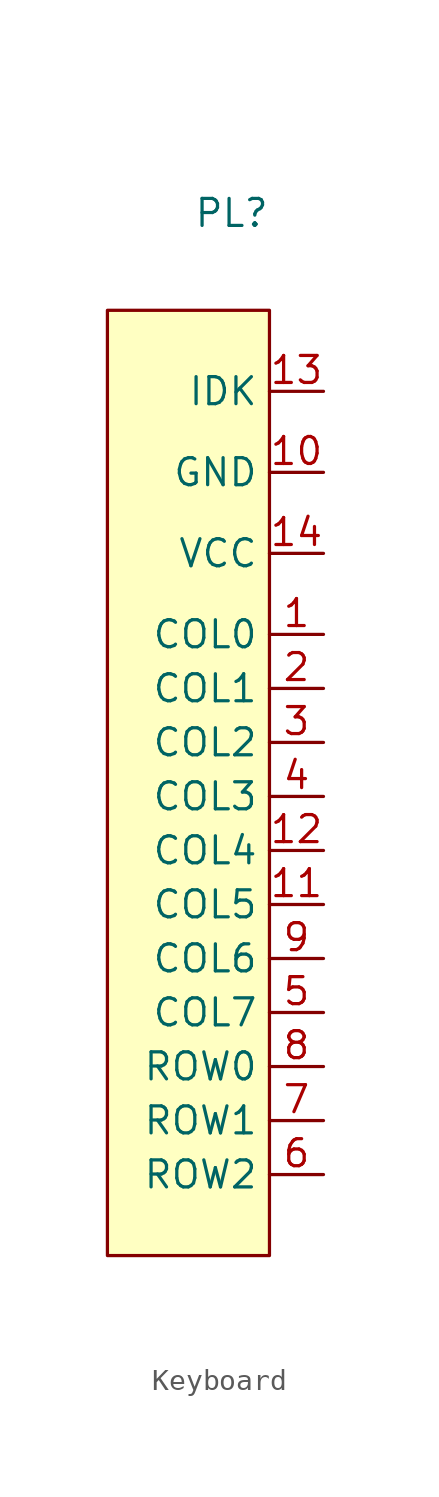
<source format=kicad_sym>
(kicad_symbol_lib
  (version 20231120)
  (generator "kicad_symbol_editor")
  (generator_version "8.0")
  (symbol "Keyboard"
    (property "Reference" "PL"
      (at -1.778 28.702 0)
      (effects (font (size 1.27 1.27))))
    (property "Value" ""
      (at 2.54 0 0)
      (effects (font (size 1.27 1.27))))
    (symbol "Keyboard_0_0"
      (pin input line (at 2.54 8.89 180) (length 2.54) (name "COL0" (effects (font (size 1.27 1.27)))) (number "1" (effects (font (size 1.27 1.27)))))
      (pin power_in line (at 2.54 16.51 180) (length 2.54) (name "GND" (effects (font (size 1.27 1.27)))) (number "10" (effects (font (size 1.27 1.27)))))
      (pin input line (at 2.54 -3.81 180) (length 2.54) (name "COL5" (effects (font (size 1.27 1.27)))) (number "11" (effects (font (size 1.27 1.27)))))
      (pin input line (at 2.54 -1.27 180) (length 2.54) (name "COL4" (effects (font (size 1.27 1.27)))) (number "12" (effects (font (size 1.27 1.27)))))
      (pin passive line (at 2.54 20.32 180) (length 2.54) (name "IDK" (effects (font (size 1.27 1.27)))) (number "13" (effects (font (size 1.27 1.27)))))
      (pin power_in line (at 2.54 12.7 180) (length 2.54) (name "VCC" (effects (font (size 1.27 1.27)))) (number "14" (effects (font (size 1.27 1.27)))))
      (pin input line (at 2.54 6.35 180) (length 2.54) (name "COL1" (effects (font (size 1.27 1.27)))) (number "2" (effects (font (size 1.27 1.27)))))
      (pin input line (at 2.54 3.81 180) (length 2.54) (name "COL2" (effects (font (size 1.27 1.27)))) (number "3" (effects (font (size 1.27 1.27)))))
      (pin input line (at 2.54 1.27 180) (length 2.54) (name "COL3" (effects (font (size 1.27 1.27)))) (number "4" (effects (font (size 1.27 1.27)))))
      (pin input line (at 2.54 -8.89 180) (length 2.54) (name "COL7" (effects (font (size 1.27 1.27)))) (number "5" (effects (font (size 1.27 1.27)))))
      (pin output line (at 2.54 -16.51 180) (length 2.54) (name "ROW2" (effects (font (size 1.27 1.27)))) (number "6" (effects (font (size 1.27 1.27)))))
      (pin output line (at 2.54 -13.97 180) (length 2.54) (name "ROW1" (effects (font (size 1.27 1.27)))) (number "7" (effects (font (size 1.27 1.27)))))
      (pin output line (at 2.54 -11.43 180) (length 2.54) (name "ROW0" (effects (font (size 1.27 1.27)))) (number "8" (effects (font (size 1.27 1.27)))))
      (pin input line (at 2.54 -6.35 180) (length 2.54) (name "COL6" (effects (font (size 1.27 1.27)))) (number "9" (effects (font (size 1.27 1.27))))))
    (symbol "Keyboard_1_1"
      (rectangle (start -7.62 24.13) (end 0 -20.32) (stroke (width 0) (type default)) (fill (type background))))))
</source>
